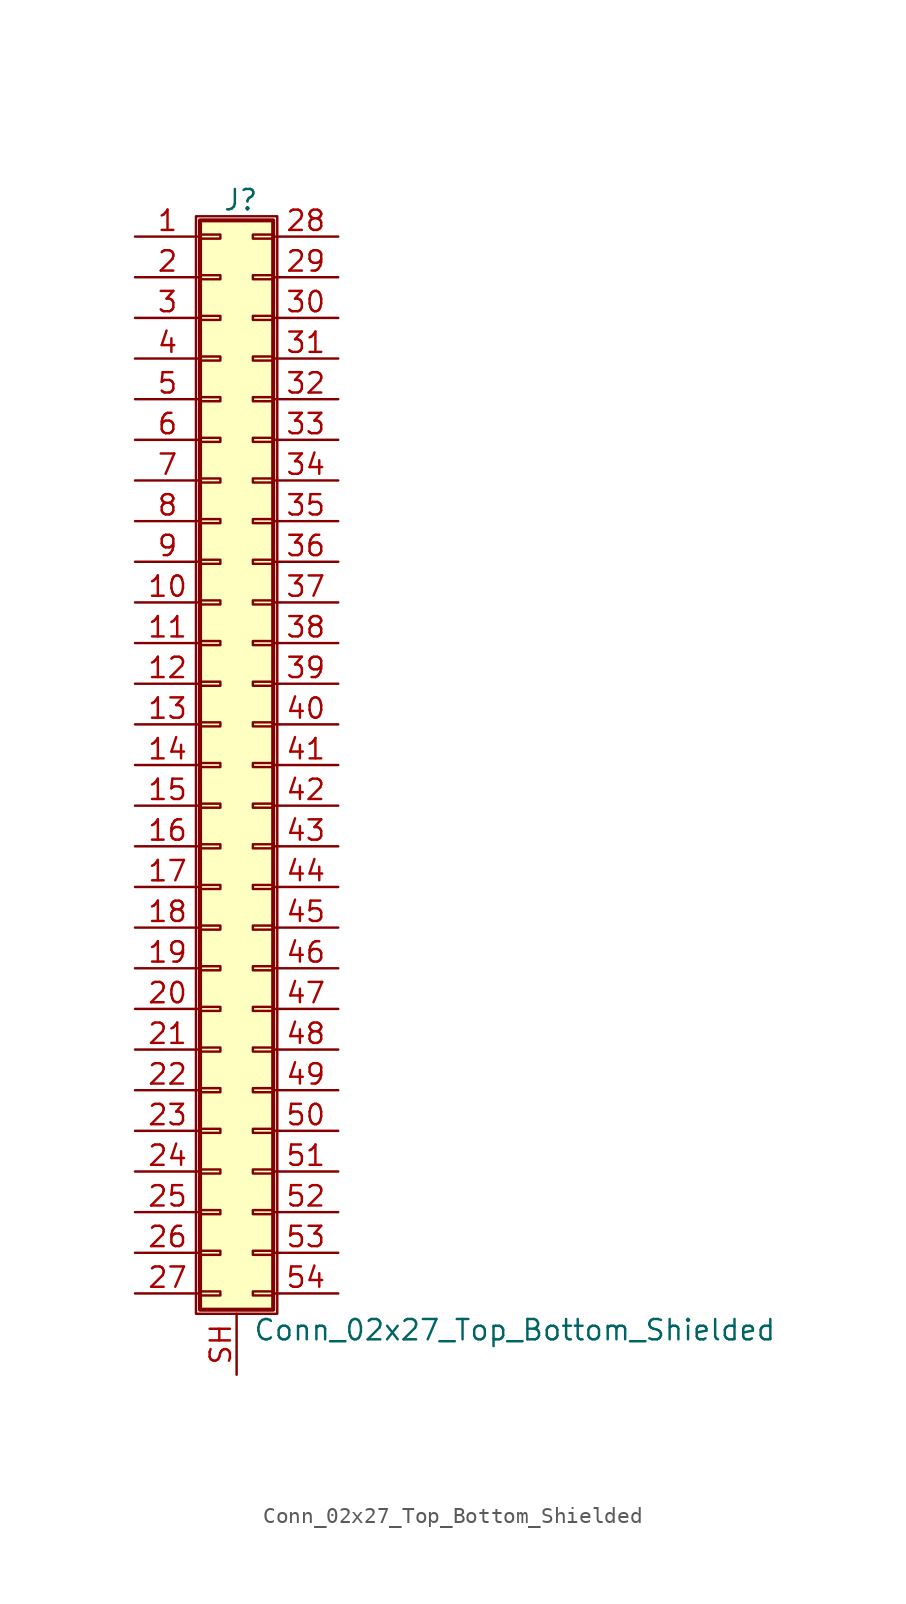
<source format=kicad_sym>
(kicad_symbol_lib
  (version 20201005)
  (generator kicad_symbol_editor)
  (symbol "Conn_02x27_Top_Bottom_Shielded"
    (pin_names
      (offset 1.016) hide)
    (property "Reference" "J"
      (at 1.524 35.306 0)
      (effects (font (size 1.27 1.27))))
    (property "Value" "Conn_02x27_Top_Bottom_Shielded"
      (at 2.286 -35.306 0)
      (effects (font (size 1.27 1.27)) (justify left)))
    (symbol "Conn_02x27_Top_Bottom_Shielded_1_1"
      (rectangle (start -1.27 34.29) (end 3.81 -34.29) (stroke (width 0.152)) (fill (type none)))
      (rectangle (start -1.016 -32.893) (end 0.254 -33.147) (stroke (width 0.152)) (fill (type none)))
      (rectangle (start -1.016 -30.353) (end 0.254 -30.607) (stroke (width 0.152)) (fill (type none)))
      (rectangle (start -1.016 -27.813) (end 0.254 -28.067) (stroke (width 0.152)) (fill (type none)))
      (rectangle (start -1.016 -25.273) (end 0.254 -25.527) (stroke (width 0.152)) (fill (type none)))
      (rectangle (start -1.016 -22.733) (end 0.254 -22.987) (stroke (width 0.152)) (fill (type none)))
      (rectangle (start -1.016 -20.193) (end 0.254 -20.447) (stroke (width 0.152)) (fill (type none)))
      (rectangle (start -1.016 -17.653) (end 0.254 -17.907) (stroke (width 0.152)) (fill (type none)))
      (rectangle (start -1.016 -15.113) (end 0.254 -15.367) (stroke (width 0.152)) (fill (type none)))
      (rectangle (start -1.016 -12.573) (end 0.254 -12.827) (stroke (width 0.152)) (fill (type none)))
      (rectangle (start -1.016 -10.033) (end 0.254 -10.287) (stroke (width 0.152)) (fill (type none)))
      (rectangle (start -1.016 -7.493) (end 0.254 -7.747) (stroke (width 0.152)) (fill (type none)))
      (rectangle (start -1.016 -4.953) (end 0.254 -5.207) (stroke (width 0.152)) (fill (type none)))
      (rectangle (start -1.016 -2.413) (end 0.254 -2.667) (stroke (width 0.152)) (fill (type none)))
      (rectangle (start -1.016 0.127) (end 0.254 -0.127) (stroke (width 0.152)) (fill (type none)))
      (rectangle (start -1.016 2.667) (end 0.254 2.413) (stroke (width 0.152)) (fill (type none)))
      (rectangle (start -1.016 5.207) (end 0.254 4.953) (stroke (width 0.152)) (fill (type none)))
      (rectangle (start -1.016 7.747) (end 0.254 7.493) (stroke (width 0.152)) (fill (type none)))
      (rectangle (start -1.016 10.287) (end 0.254 10.033) (stroke (width 0.152)) (fill (type none)))
      (rectangle (start -1.016 12.827) (end 0.254 12.573) (stroke (width 0.152)) (fill (type none)))
      (rectangle (start -1.016 15.367) (end 0.254 15.113) (stroke (width 0.152)) (fill (type none)))
      (rectangle (start -1.016 17.907) (end 0.254 17.653) (stroke (width 0.152)) (fill (type none)))
      (rectangle (start -1.016 20.447) (end 0.254 20.193) (stroke (width 0.152)) (fill (type none)))
      (rectangle (start -1.016 22.987) (end 0.254 22.733) (stroke (width 0.152)) (fill (type none)))
      (rectangle (start -1.016 25.527) (end 0.254 25.273) (stroke (width 0.152)) (fill (type none)))
      (rectangle (start -1.016 28.067) (end 0.254 27.813) (stroke (width 0.152)) (fill (type none)))
      (rectangle (start -1.016 30.607) (end 0.254 30.353) (stroke (width 0.152)) (fill (type none)))
      (rectangle (start -1.016 33.147) (end 0.254 32.893) (stroke (width 0.152)) (fill (type none)))
      (rectangle (start 3.556 -32.893) (end 2.286 -33.147) (stroke (width 0.152)) (fill (type none)))
      (rectangle (start 3.556 -30.353) (end 2.286 -30.607) (stroke (width 0.152)) (fill (type none)))
      (rectangle (start 3.556 -27.813) (end 2.286 -28.067) (stroke (width 0.152)) (fill (type none)))
      (rectangle (start 3.556 -25.273) (end 2.286 -25.527) (stroke (width 0.152)) (fill (type none)))
      (rectangle (start 3.556 -22.733) (end 2.286 -22.987) (stroke (width 0.152)) (fill (type none)))
      (rectangle (start 3.556 -20.193) (end 2.286 -20.447) (stroke (width 0.152)) (fill (type none)))
      (rectangle (start 3.556 -17.653) (end 2.286 -17.907) (stroke (width 0.152)) (fill (type none)))
      (rectangle (start 3.556 -15.113) (end 2.286 -15.367) (stroke (width 0.152)) (fill (type none)))
      (rectangle (start 3.556 -12.573) (end 2.286 -12.827) (stroke (width 0.152)) (fill (type none)))
      (rectangle (start 3.556 -10.033) (end 2.286 -10.287) (stroke (width 0.152)) (fill (type none)))
      (rectangle (start 3.556 -7.493) (end 2.286 -7.747) (stroke (width 0.152)) (fill (type none)))
      (rectangle (start 3.556 -4.953) (end 2.286 -5.207) (stroke (width 0.152)) (fill (type none)))
      (rectangle (start 3.556 -2.413) (end 2.286 -2.667) (stroke (width 0.152)) (fill (type none)))
      (rectangle (start 3.556 0.127) (end 2.286 -0.127) (stroke (width 0.152)) (fill (type none)))
      (rectangle (start 3.556 2.667) (end 2.286 2.413) (stroke (width 0.152)) (fill (type none)))
      (rectangle (start 3.556 5.207) (end 2.286 4.953) (stroke (width 0.152)) (fill (type none)))
      (rectangle (start 3.556 7.747) (end 2.286 7.493) (stroke (width 0.152)) (fill (type none)))
      (rectangle (start 3.556 10.287) (end 2.286 10.033) (stroke (width 0.152)) (fill (type none)))
      (rectangle (start 3.556 12.827) (end 2.286 12.573) (stroke (width 0.152)) (fill (type none)))
      (rectangle (start 3.556 15.367) (end 2.286 15.113) (stroke (width 0.152)) (fill (type none)))
      (rectangle (start 3.556 17.907) (end 2.286 17.653) (stroke (width 0.152)) (fill (type none)))
      (rectangle (start 3.556 20.447) (end 2.286 20.193) (stroke (width 0.152)) (fill (type none)))
      (rectangle (start 3.556 22.987) (end 2.286 22.733) (stroke (width 0.152)) (fill (type none)))
      (rectangle (start 3.556 25.527) (end 2.286 25.273) (stroke (width 0.152)) (fill (type none)))
      (rectangle (start 3.556 28.067) (end 2.286 27.813) (stroke (width 0.152)) (fill (type none)))
      (rectangle (start 3.556 30.607) (end 2.286 30.353) (stroke (width 0.152)) (fill (type none)))
      (rectangle (start 3.556 33.147) (end 2.286 32.893) (stroke (width 0.152)) (fill (type none)))
      (rectangle (start -1.016 34.036) (end 3.556 -34.036) (stroke (width 0.254)) (fill (type background)))
      (pin passive line (at -5.08 33.02 0) (length 4.064) (name "Pin_1" (effects (font (size 1.27 1.27)))) (number "1" (effects (font (size 1.27 1.27)))))
      (pin passive line (at -5.08 10.16 0) (length 4.064) (name "Pin_10" (effects (font (size 1.27 1.27)))) (number "10" (effects (font (size 1.27 1.27)))))
      (pin passive line (at -5.08 7.62 0) (length 4.064) (name "Pin_11" (effects (font (size 1.27 1.27)))) (number "11" (effects (font (size 1.27 1.27)))))
      (pin passive line (at -5.08 5.08 0) (length 4.064) (name "Pin_12" (effects (font (size 1.27 1.27)))) (number "12" (effects (font (size 1.27 1.27)))))
      (pin passive line (at -5.08 2.54 0) (length 4.064) (name "Pin_13" (effects (font (size 1.27 1.27)))) (number "13" (effects (font (size 1.27 1.27)))))
      (pin passive line (at -5.08 0 0) (length 4.064) (name "Pin_14" (effects (font (size 1.27 1.27)))) (number "14" (effects (font (size 1.27 1.27)))))
      (pin passive line (at -5.08 -2.54 0) (length 4.064) (name "Pin_15" (effects (font (size 1.27 1.27)))) (number "15" (effects (font (size 1.27 1.27)))))
      (pin passive line (at -5.08 -5.08 0) (length 4.064) (name "Pin_16" (effects (font (size 1.27 1.27)))) (number "16" (effects (font (size 1.27 1.27)))))
      (pin passive line (at -5.08 -7.62 0) (length 4.064) (name "Pin_17" (effects (font (size 1.27 1.27)))) (number "17" (effects (font (size 1.27 1.27)))))
      (pin passive line (at -5.08 -10.16 0) (length 4.064) (name "Pin_18" (effects (font (size 1.27 1.27)))) (number "18" (effects (font (size 1.27 1.27)))))
      (pin passive line (at -5.08 -12.7 0) (length 4.064) (name "Pin_19" (effects (font (size 1.27 1.27)))) (number "19" (effects (font (size 1.27 1.27)))))
      (pin passive line (at -5.08 30.48 0) (length 4.064) (name "Pin_2" (effects (font (size 1.27 1.27)))) (number "2" (effects (font (size 1.27 1.27)))))
      (pin passive line (at -5.08 -15.24 0) (length 4.064) (name "Pin_20" (effects (font (size 1.27 1.27)))) (number "20" (effects (font (size 1.27 1.27)))))
      (pin passive line (at -5.08 -17.78 0) (length 4.064) (name "Pin_21" (effects (font (size 1.27 1.27)))) (number "21" (effects (font (size 1.27 1.27)))))
      (pin passive line (at -5.08 -20.32 0) (length 4.064) (name "Pin_22" (effects (font (size 1.27 1.27)))) (number "22" (effects (font (size 1.27 1.27)))))
      (pin passive line (at -5.08 -22.86 0) (length 4.064) (name "Pin_23" (effects (font (size 1.27 1.27)))) (number "23" (effects (font (size 1.27 1.27)))))
      (pin passive line (at -5.08 -25.4 0) (length 4.064) (name "Pin_24" (effects (font (size 1.27 1.27)))) (number "24" (effects (font (size 1.27 1.27)))))
      (pin passive line (at -5.08 -27.94 0) (length 4.064) (name "Pin_25" (effects (font (size 1.27 1.27)))) (number "25" (effects (font (size 1.27 1.27)))))
      (pin passive line (at -5.08 -30.48 0) (length 4.064) (name "Pin_26" (effects (font (size 1.27 1.27)))) (number "26" (effects (font (size 1.27 1.27)))))
      (pin passive line (at -5.08 -33.02 0) (length 4.064) (name "Pin_27" (effects (font (size 1.27 1.27)))) (number "27" (effects (font (size 1.27 1.27)))))
      (pin passive line (at 7.62 33.02 180) (length 4.064) (name "Pin_28" (effects (font (size 1.27 1.27)))) (number "28" (effects (font (size 1.27 1.27)))))
      (pin passive line (at 7.62 30.48 180) (length 4.064) (name "Pin_29" (effects (font (size 1.27 1.27)))) (number "29" (effects (font (size 1.27 1.27)))))
      (pin passive line (at -5.08 27.94 0) (length 4.064) (name "Pin_3" (effects (font (size 1.27 1.27)))) (number "3" (effects (font (size 1.27 1.27)))))
      (pin passive line (at 7.62 27.94 180) (length 4.064) (name "Pin_30" (effects (font (size 1.27 1.27)))) (number "30" (effects (font (size 1.27 1.27)))))
      (pin passive line (at 7.62 25.4 180) (length 4.064) (name "Pin_31" (effects (font (size 1.27 1.27)))) (number "31" (effects (font (size 1.27 1.27)))))
      (pin passive line (at 7.62 22.86 180) (length 4.064) (name "Pin_32" (effects (font (size 1.27 1.27)))) (number "32" (effects (font (size 1.27 1.27)))))
      (pin passive line (at 7.62 20.32 180) (length 4.064) (name "Pin_33" (effects (font (size 1.27 1.27)))) (number "33" (effects (font (size 1.27 1.27)))))
      (pin passive line (at 7.62 17.78 180) (length 4.064) (name "Pin_34" (effects (font (size 1.27 1.27)))) (number "34" (effects (font (size 1.27 1.27)))))
      (pin passive line (at 7.62 15.24 180) (length 4.064) (name "Pin_35" (effects (font (size 1.27 1.27)))) (number "35" (effects (font (size 1.27 1.27)))))
      (pin passive line (at 7.62 12.7 180) (length 4.064) (name "Pin_36" (effects (font (size 1.27 1.27)))) (number "36" (effects (font (size 1.27 1.27)))))
      (pin passive line (at 7.62 10.16 180) (length 4.064) (name "Pin_37" (effects (font (size 1.27 1.27)))) (number "37" (effects (font (size 1.27 1.27)))))
      (pin passive line (at 7.62 7.62 180) (length 4.064) (name "Pin_38" (effects (font (size 1.27 1.27)))) (number "38" (effects (font (size 1.27 1.27)))))
      (pin passive line (at 7.62 5.08 180) (length 4.064) (name "Pin_39" (effects (font (size 1.27 1.27)))) (number "39" (effects (font (size 1.27 1.27)))))
      (pin passive line (at -5.08 25.4 0) (length 4.064) (name "Pin_4" (effects (font (size 1.27 1.27)))) (number "4" (effects (font (size 1.27 1.27)))))
      (pin passive line (at 7.62 2.54 180) (length 4.064) (name "Pin_40" (effects (font (size 1.27 1.27)))) (number "40" (effects (font (size 1.27 1.27)))))
      (pin passive line (at 7.62 0 180) (length 4.064) (name "Pin_41" (effects (font (size 1.27 1.27)))) (number "41" (effects (font (size 1.27 1.27)))))
      (pin passive line (at 7.62 -2.54 180) (length 4.064) (name "Pin_42" (effects (font (size 1.27 1.27)))) (number "42" (effects (font (size 1.27 1.27)))))
      (pin passive line (at 7.62 -5.08 180) (length 4.064) (name "Pin_43" (effects (font (size 1.27 1.27)))) (number "43" (effects (font (size 1.27 1.27)))))
      (pin passive line (at 7.62 -7.62 180) (length 4.064) (name "Pin_44" (effects (font (size 1.27 1.27)))) (number "44" (effects (font (size 1.27 1.27)))))
      (pin passive line (at 7.62 -10.16 180) (length 4.064) (name "Pin_45" (effects (font (size 1.27 1.27)))) (number "45" (effects (font (size 1.27 1.27)))))
      (pin passive line (at 7.62 -12.7 180) (length 4.064) (name "Pin_46" (effects (font (size 1.27 1.27)))) (number "46" (effects (font (size 1.27 1.27)))))
      (pin passive line (at 7.62 -15.24 180) (length 4.064) (name "Pin_47" (effects (font (size 1.27 1.27)))) (number "47" (effects (font (size 1.27 1.27)))))
      (pin passive line (at 7.62 -17.78 180) (length 4.064) (name "Pin_48" (effects (font (size 1.27 1.27)))) (number "48" (effects (font (size 1.27 1.27)))))
      (pin passive line (at 7.62 -20.32 180) (length 4.064) (name "Pin_49" (effects (font (size 1.27 1.27)))) (number "49" (effects (font (size 1.27 1.27)))))
      (pin passive line (at -5.08 22.86 0) (length 4.064) (name "Pin_5" (effects (font (size 1.27 1.27)))) (number "5" (effects (font (size 1.27 1.27)))))
      (pin passive line (at 7.62 -22.86 180) (length 4.064) (name "Pin_50" (effects (font (size 1.27 1.27)))) (number "50" (effects (font (size 1.27 1.27)))))
      (pin passive line (at 7.62 -25.4 180) (length 4.064) (name "Pin_51" (effects (font (size 1.27 1.27)))) (number "51" (effects (font (size 1.27 1.27)))))
      (pin passive line (at 7.62 -27.94 180) (length 4.064) (name "Pin_52" (effects (font (size 1.27 1.27)))) (number "52" (effects (font (size 1.27 1.27)))))
      (pin passive line (at 7.62 -30.48 180) (length 4.064) (name "Pin_53" (effects (font (size 1.27 1.27)))) (number "53" (effects (font (size 1.27 1.27)))))
      (pin passive line (at 7.62 -33.02 180) (length 4.064) (name "Pin_54" (effects (font (size 1.27 1.27)))) (number "54" (effects (font (size 1.27 1.27)))))
      (pin passive line (at -5.08 20.32 0) (length 4.064) (name "Pin_6" (effects (font (size 1.27 1.27)))) (number "6" (effects (font (size 1.27 1.27)))))
      (pin passive line (at -5.08 17.78 0) (length 4.064) (name "Pin_7" (effects (font (size 1.27 1.27)))) (number "7" (effects (font (size 1.27 1.27)))))
      (pin passive line (at -5.08 15.24 0) (length 4.064) (name "Pin_8" (effects (font (size 1.27 1.27)))) (number "8" (effects (font (size 1.27 1.27)))))
      (pin passive line (at -5.08 12.7 0) (length 4.064) (name "Pin_9" (effects (font (size 1.27 1.27)))) (number "9" (effects (font (size 1.27 1.27)))))
      (pin passive line (at 1.27 -38.1 90) (length 3.81) (name "Shield" (effects (font (size 1.27 1.27)))) (number "SH" (effects (font (size 1.27 1.27))))))))
</source>
